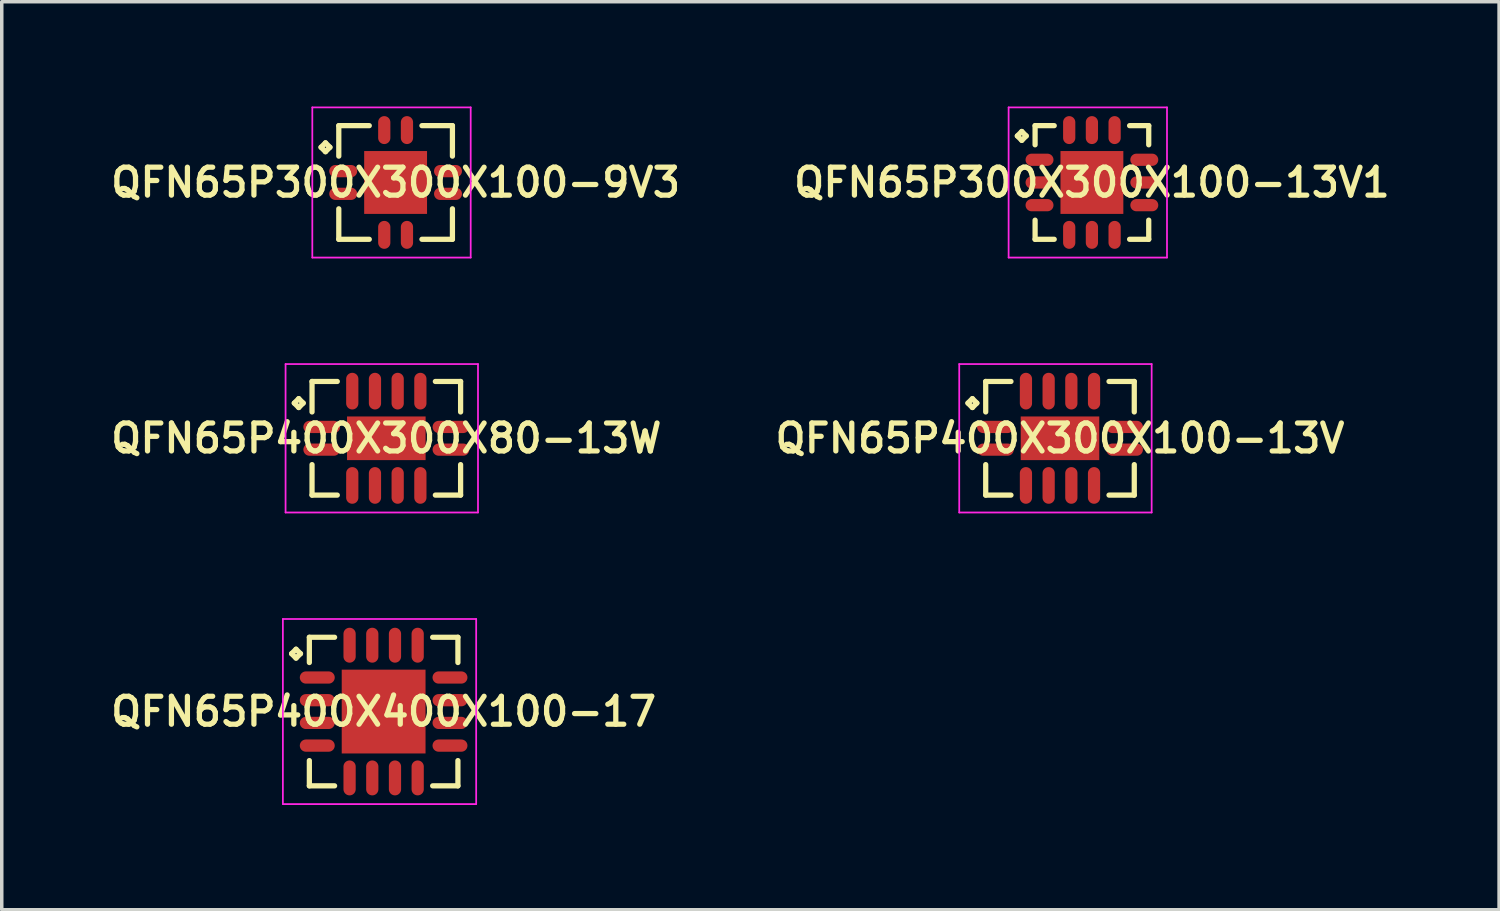
<source format=kicad_pcb>
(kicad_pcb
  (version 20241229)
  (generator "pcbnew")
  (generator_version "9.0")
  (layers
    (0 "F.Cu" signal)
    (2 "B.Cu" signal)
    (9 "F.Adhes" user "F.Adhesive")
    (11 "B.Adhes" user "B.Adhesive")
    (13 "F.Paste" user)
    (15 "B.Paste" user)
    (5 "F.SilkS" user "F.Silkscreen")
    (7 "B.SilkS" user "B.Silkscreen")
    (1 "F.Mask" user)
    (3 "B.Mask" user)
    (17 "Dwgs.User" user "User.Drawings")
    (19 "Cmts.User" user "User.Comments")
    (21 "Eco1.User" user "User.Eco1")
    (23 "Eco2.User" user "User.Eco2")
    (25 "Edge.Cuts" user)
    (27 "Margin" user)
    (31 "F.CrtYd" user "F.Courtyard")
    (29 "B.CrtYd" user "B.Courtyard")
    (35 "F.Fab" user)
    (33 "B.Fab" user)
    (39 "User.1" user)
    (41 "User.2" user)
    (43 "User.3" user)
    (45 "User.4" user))
  (footprint "QFN65P300X300X100-9V3"
    (layer "F.Cu")
    (at 8.278 2.175)
    (property "Reference" "QFN65P300X300X100-9V3" (at 0 0 0) (layer "F.SilkS") (effects (font (size 0.8 0.8) (thickness 0.15))))
    (attr smd)
    (fp_line (start -2.135 -1.008) (end -2.008 -1.135) (stroke (width 0.15) (type solid)) (layer "F.SilkS"))
    (fp_line (start -2.008 -1.135) (end -1.881 -1.008) (stroke (width 0.15) (type solid)) (layer "F.SilkS"))
    (fp_line (start -2.008 -0.881) (end -2.135 -1.008) (stroke (width 0.15) (type solid)) (layer "F.SilkS"))
    (fp_line (start -1.881 -1.008) (end -2.008 -0.881) (stroke (width 0.15) (type solid)) (layer "F.SilkS"))
    (fp_line (start -1.627 -1.627) (end -0.754 -1.627) (stroke (width 0.15) (type solid)) (layer "F.SilkS"))
    (fp_line (start -1.627 -0.754) (end -1.627 -1.627) (stroke (width 0.15) (type solid)) (layer "F.SilkS"))
    (fp_line (start -1.627 0.754) (end -1.627 1.627) (stroke (width 0.15) (type solid)) (layer "F.SilkS"))
    (fp_line (start -1.627 1.627) (end -0.754 1.627) (stroke (width 0.15) (type solid)) (layer "F.SilkS"))
    (fp_line (start 0.754 -1.627) (end 1.627 -1.627) (stroke (width 0.15) (type solid)) (layer "F.SilkS"))
    (fp_line (start 0.754 1.627) (end 1.627 1.627) (stroke (width 0.15) (type solid)) (layer "F.SilkS"))
    (fp_line (start 1.627 -1.627) (end 1.627 -0.754) (stroke (width 0.15) (type solid)) (layer "F.SilkS"))
    (fp_line (start 1.627 1.627) (end 1.627 0.754) (stroke (width 0.15) (type solid)) (layer "F.SilkS"))
    (fp_line (start -2.385 -2.15) (end 2.15 -2.15) (stroke (width 0.05) (type solid)) (layer "F.CrtYd"))
    (fp_line (start -2.385 2.15) (end -2.385 -2.15) (stroke (width 0.05) (type solid)) (layer "F.CrtYd"))
    (fp_line (start 2.15 -2.15) (end 2.15 2.15) (stroke (width 0.05) (type solid)) (layer "F.CrtYd"))
    (fp_line (start 2.15 2.15) (end -2.385 2.15) (stroke (width 0.05) (type solid)) (layer "F.CrtYd"))
    (pad "1" smd oval (at -1.5 -0.325) (size 0.8 0.35) (layers "F.Cu" "F.Mask" "F.Paste"))
    (pad "2" smd oval (at -1.5 0.325) (size 0.8 0.35) (layers "F.Cu" "F.Mask" "F.Paste"))
    (pad "3" smd oval (at -0.325 1.5) (size 0.35 0.8) (layers "F.Cu" "F.Mask" "F.Paste"))
    (pad "4" smd oval (at 0.325 1.5) (size 0.35 0.8) (layers "F.Cu" "F.Mask" "F.Paste"))
    (pad "5" smd oval (at 1.5 0.325) (size 0.8 0.35) (layers "F.Cu" "F.Mask" "F.Paste"))
    (pad "6" smd oval (at 1.5 -0.325) (size 0.8 0.35) (layers "F.Cu" "F.Mask" "F.Paste"))
    (pad "7" smd oval (at 0.325 -1.5) (size 0.35 0.8) (layers "F.Cu" "F.Mask" "F.Paste"))
    (pad "8" smd oval (at -0.325 -1.5) (size 0.35 0.8) (layers "F.Cu" "F.Mask" "F.Paste"))
    (pad "9" smd rect (at 0 0) (size 1.8 1.8) (layers "F.Cu" "F.Mask" "F.Paste")))
  (footprint "QFN65P400X400X100-17"
    (layer "F.Cu")
    (at 7.935 17.325)
    (property "Reference" "QFN65P400X400X100-17" (at 0 0 0) (layer "F.SilkS") (effects (font (size 0.8 0.8) (thickness 0.15))))
    (attr smd)
    (fp_line (start -2.635 -1.658) (end -2.508 -1.785) (stroke (width 0.15) (type solid)) (layer "F.SilkS"))
    (fp_line (start -2.508 -1.785) (end -2.381 -1.658) (stroke (width 0.15) (type solid)) (layer "F.SilkS"))
    (fp_line (start -2.508 -1.531) (end -2.635 -1.658) (stroke (width 0.15) (type solid)) (layer "F.SilkS"))
    (fp_line (start -2.381 -1.658) (end -2.508 -1.531) (stroke (width 0.15) (type solid)) (layer "F.SilkS"))
    (fp_line (start -2.127 -2.127) (end -1.404 -2.127) (stroke (width 0.15) (type solid)) (layer "F.SilkS"))
    (fp_line (start -2.127 -1.404) (end -2.127 -2.127) (stroke (width 0.15) (type solid)) (layer "F.SilkS"))
    (fp_line (start -2.127 1.404) (end -2.127 2.127) (stroke (width 0.15) (type solid)) (layer "F.SilkS"))
    (fp_line (start -2.127 2.127) (end -1.404 2.127) (stroke (width 0.15) (type solid)) (layer "F.SilkS"))
    (fp_line (start 1.404 -2.127) (end 2.127 -2.127) (stroke (width 0.15) (type solid)) (layer "F.SilkS"))
    (fp_line (start 1.404 2.127) (end 2.127 2.127) (stroke (width 0.15) (type solid)) (layer "F.SilkS"))
    (fp_line (start 2.127 -2.127) (end 2.127 -1.404) (stroke (width 0.15) (type solid)) (layer "F.SilkS"))
    (fp_line (start 2.127 2.127) (end 2.127 1.404) (stroke (width 0.15) (type solid)) (layer "F.SilkS"))
    (fp_line (start -2.885 -2.65) (end 2.65 -2.65) (stroke (width 0.05) (type solid)) (layer "F.CrtYd"))
    (fp_line (start -2.885 2.65) (end -2.885 -2.65) (stroke (width 0.05) (type solid)) (layer "F.CrtYd"))
    (fp_line (start 2.65 -2.65) (end 2.65 2.65) (stroke (width 0.05) (type solid)) (layer "F.CrtYd"))
    (fp_line (start 2.65 2.65) (end -2.885 2.65) (stroke (width 0.05) (type solid)) (layer "F.CrtYd"))
    (pad "1" smd oval (at -1.9 -0.975) (size 1 0.35) (layers "F.Cu" "F.Mask" "F.Paste"))
    (pad "2" smd oval (at -1.9 -0.325) (size 1 0.35) (layers "F.Cu" "F.Mask" "F.Paste"))
    (pad "3" smd oval (at -1.9 0.325) (size 1 0.35) (layers "F.Cu" "F.Mask" "F.Paste"))
    (pad "4" smd oval (at -1.9 0.975) (size 1 0.35) (layers "F.Cu" "F.Mask" "F.Paste"))
    (pad "5" smd oval (at -0.975 1.9) (size 0.35 1) (layers "F.Cu" "F.Mask" "F.Paste"))
    (pad "6" smd oval (at -0.325 1.9) (size 0.35 1) (layers "F.Cu" "F.Mask" "F.Paste"))
    (pad "7" smd oval (at 0.325 1.9) (size 0.35 1) (layers "F.Cu" "F.Mask" "F.Paste"))
    (pad "8" smd oval (at 0.975 1.9) (size 0.35 1) (layers "F.Cu" "F.Mask" "F.Paste"))
    (pad "9" smd oval (at 1.9 0.975) (size 1 0.35) (layers "F.Cu" "F.Mask" "F.Paste"))
    (pad "10" smd oval (at 1.9 0.325) (size 1 0.35) (layers "F.Cu" "F.Mask" "F.Paste"))
    (pad "11" smd oval (at 1.9 -0.325) (size 1 0.35) (layers "F.Cu" "F.Mask" "F.Paste"))
    (pad "12" smd oval (at 1.9 -0.975) (size 1 0.35) (layers "F.Cu" "F.Mask" "F.Paste"))
    (pad "13" smd oval (at 0.975 -1.9) (size 0.35 1) (layers "F.Cu" "F.Mask" "F.Paste"))
    (pad "14" smd oval (at 0.325 -1.9) (size 0.35 1) (layers "F.Cu" "F.Mask" "F.Paste"))
    (pad "15" smd oval (at -0.325 -1.9) (size 0.35 1) (layers "F.Cu" "F.Mask" "F.Paste"))
    (pad "16" smd oval (at -0.975 -1.9) (size 0.35 1) (layers "F.Cu" "F.Mask" "F.Paste"))
    (pad "17" smd rect (at 0 0) (size 2.4 2.4) (layers "F.Cu" "F.Mask" "F.Paste")))
  (footprint "QFN65P400X300X100-13V"
    (layer "F.Cu")
    (at 27.302 9.5)
    (property "Reference" "QFN65P400X300X100-13V" (at 0 0 0) (layer "F.SilkS") (effects (font (size 0.8 0.8) (thickness 0.15))))
    (attr smd)
    (fp_line (start -2.635 -1.008) (end -2.508 -1.135) (stroke (width 0.15) (type solid)) (layer "F.SilkS"))
    (fp_line (start -2.508 -1.135) (end -2.381 -1.008) (stroke (width 0.15) (type solid)) (layer "F.SilkS"))
    (fp_line (start -2.508 -0.881) (end -2.635 -1.008) (stroke (width 0.15) (type solid)) (layer "F.SilkS"))
    (fp_line (start -2.381 -1.008) (end -2.508 -0.881) (stroke (width 0.15) (type solid)) (layer "F.SilkS"))
    (fp_line (start -2.127 -1.627) (end -1.404 -1.627) (stroke (width 0.15) (type solid)) (layer "F.SilkS"))
    (fp_line (start -2.127 -0.754) (end -2.127 -1.627) (stroke (width 0.15) (type solid)) (layer "F.SilkS"))
    (fp_line (start -2.127 0.754) (end -2.127 1.627) (stroke (width 0.15) (type solid)) (layer "F.SilkS"))
    (fp_line (start -2.127 1.627) (end -1.404 1.627) (stroke (width 0.15) (type solid)) (layer "F.SilkS"))
    (fp_line (start 1.404 -1.627) (end 2.127 -1.627) (stroke (width 0.15) (type solid)) (layer "F.SilkS"))
    (fp_line (start 1.404 1.627) (end 2.127 1.627) (stroke (width 0.15) (type solid)) (layer "F.SilkS"))
    (fp_line (start 2.127 -1.627) (end 2.127 -0.754) (stroke (width 0.15) (type solid)) (layer "F.SilkS"))
    (fp_line (start 2.127 1.627) (end 2.127 0.754) (stroke (width 0.15) (type solid)) (layer "F.SilkS"))
    (fp_line (start -2.885 -2.125) (end 2.625 -2.125) (stroke (width 0.05) (type solid)) (layer "F.CrtYd"))
    (fp_line (start -2.885 2.125) (end -2.885 -2.125) (stroke (width 0.05) (type solid)) (layer "F.CrtYd"))
    (fp_line (start 2.625 -2.125) (end 2.625 2.125) (stroke (width 0.05) (type solid)) (layer "F.CrtYd"))
    (fp_line (start 2.625 2.125) (end -2.885 2.125) (stroke (width 0.05) (type solid)) (layer "F.CrtYd"))
    (pad "1" smd oval (at -1.85 -0.325) (size 1.05 0.35) (layers "F.Cu" "F.Mask" "F.Paste"))
    (pad "2" smd oval (at -1.85 0.325) (size 1.05 0.35) (layers "F.Cu" "F.Mask" "F.Paste"))
    (pad "3" smd oval (at -0.975 1.35) (size 0.35 1.05) (layers "F.Cu" "F.Mask" "F.Paste"))
    (pad "4" smd oval (at -0.325 1.35) (size 0.35 1.05) (layers "F.Cu" "F.Mask" "F.Paste"))
    (pad "5" smd oval (at 0.325 1.35) (size 0.35 1.05) (layers "F.Cu" "F.Mask" "F.Paste"))
    (pad "6" smd oval (at 0.975 1.35) (size 0.35 1.05) (layers "F.Cu" "F.Mask" "F.Paste"))
    (pad "7" smd oval (at 1.85 0.325) (size 1.05 0.35) (layers "F.Cu" "F.Mask" "F.Paste"))
    (pad "8" smd oval (at 1.85 -0.325) (size 1.05 0.35) (layers "F.Cu" "F.Mask" "F.Paste"))
    (pad "9" smd oval (at 0.975 -1.35) (size 0.35 1.05) (layers "F.Cu" "F.Mask" "F.Paste"))
    (pad "10" smd oval (at 0.325 -1.35) (size 0.35 1.05) (layers "F.Cu" "F.Mask" "F.Paste"))
    (pad "11" smd oval (at -0.325 -1.35) (size 0.35 1.05) (layers "F.Cu" "F.Mask" "F.Paste"))
    (pad "12" smd oval (at -0.975 -1.35) (size 0.35 1.05) (layers "F.Cu" "F.Mask" "F.Paste"))
    (pad "13" smd rect (at 0 0) (size 2.25 1.25) (layers "F.Cu" "F.Mask" "F.Paste")))
  (footprint "QFN65P400X300X80-13W"
    (layer "F.Cu")
    (at 8.012 9.5)
    (property "Reference" "QFN65P400X300X80-13W" (at 0 0 0) (layer "F.SilkS") (effects (font (size 0.8 0.8) (thickness 0.15))))
    (attr smd)
    (fp_line (start -2.635 -1.008) (end -2.508 -1.135) (stroke (width 0.15) (type solid)) (layer "F.SilkS"))
    (fp_line (start -2.508 -1.135) (end -2.381 -1.008) (stroke (width 0.15) (type solid)) (layer "F.SilkS"))
    (fp_line (start -2.508 -0.881) (end -2.635 -1.008) (stroke (width 0.15) (type solid)) (layer "F.SilkS"))
    (fp_line (start -2.381 -1.008) (end -2.508 -0.881) (stroke (width 0.15) (type solid)) (layer "F.SilkS"))
    (fp_line (start -2.127 -1.627) (end -1.404 -1.627) (stroke (width 0.15) (type solid)) (layer "F.SilkS"))
    (fp_line (start -2.127 -0.754) (end -2.127 -1.627) (stroke (width 0.15) (type solid)) (layer "F.SilkS"))
    (fp_line (start -2.127 0.754) (end -2.127 1.627) (stroke (width 0.15) (type solid)) (layer "F.SilkS"))
    (fp_line (start -2.127 1.627) (end -1.404 1.627) (stroke (width 0.15) (type solid)) (layer "F.SilkS"))
    (fp_line (start 1.404 -1.627) (end 2.127 -1.627) (stroke (width 0.15) (type solid)) (layer "F.SilkS"))
    (fp_line (start 1.404 1.627) (end 2.127 1.627) (stroke (width 0.15) (type solid)) (layer "F.SilkS"))
    (fp_line (start 2.127 -1.627) (end 2.127 -0.754) (stroke (width 0.15) (type solid)) (layer "F.SilkS"))
    (fp_line (start 2.127 1.627) (end 2.127 0.754) (stroke (width 0.15) (type solid)) (layer "F.SilkS"))
    (fp_line (start -2.885 -2.125) (end 2.625 -2.125) (stroke (width 0.05) (type solid)) (layer "F.CrtYd"))
    (fp_line (start -2.885 2.125) (end -2.885 -2.125) (stroke (width 0.05) (type solid)) (layer "F.CrtYd"))
    (fp_line (start 2.625 -2.125) (end 2.625 2.125) (stroke (width 0.05) (type solid)) (layer "F.CrtYd"))
    (fp_line (start 2.625 2.125) (end -2.885 2.125) (stroke (width 0.05) (type solid)) (layer "F.CrtYd"))
    (pad "1" smd oval (at -1.85 -0.325) (size 1.05 0.35) (layers "F.Cu" "F.Mask" "F.Paste"))
    (pad "2" smd oval (at -1.85 0.325) (size 1.05 0.35) (layers "F.Cu" "F.Mask" "F.Paste"))
    (pad "3" smd oval (at -0.975 1.35) (size 0.35 1.05) (layers "F.Cu" "F.Mask" "F.Paste"))
    (pad "4" smd oval (at -0.325 1.35) (size 0.35 1.05) (layers "F.Cu" "F.Mask" "F.Paste"))
    (pad "5" smd oval (at 0.325 1.35) (size 0.35 1.05) (layers "F.Cu" "F.Mask" "F.Paste"))
    (pad "6" smd oval (at 0.975 1.35) (size 0.35 1.05) (layers "F.Cu" "F.Mask" "F.Paste"))
    (pad "7" smd oval (at 1.85 0.325) (size 1.05 0.35) (layers "F.Cu" "F.Mask" "F.Paste"))
    (pad "8" smd oval (at 1.85 -0.325) (size 1.05 0.35) (layers "F.Cu" "F.Mask" "F.Paste"))
    (pad "9" smd oval (at 0.975 -1.35) (size 0.35 1.05) (layers "F.Cu" "F.Mask" "F.Paste"))
    (pad "10" smd oval (at 0.325 -1.35) (size 0.35 1.05) (layers "F.Cu" "F.Mask" "F.Paste"))
    (pad "11" smd oval (at -0.325 -1.35) (size 0.35 1.05) (layers "F.Cu" "F.Mask" "F.Paste"))
    (pad "12" smd oval (at -0.975 -1.35) (size 0.35 1.05) (layers "F.Cu" "F.Mask" "F.Paste"))
    (pad "13" smd rect (at 0 0) (size 2.25 1.25) (layers "F.Cu" "F.Mask" "F.Paste")))
  (footprint "QFN65P300X300X100-13V1"
    (layer "F.Cu")
    (at 28.216 2.175)
    (property "Reference" "QFN65P300X300X100-13V1" (at 0 0 0) (layer "F.SilkS") (effects (font (size 0.8 0.8) (thickness 0.15))))
    (attr smd)
    (fp_line (start -2.135 -1.333) (end -2.008 -1.46) (stroke (width 0.15) (type solid)) (layer "F.SilkS"))
    (fp_line (start -2.008 -1.46) (end -1.881 -1.333) (stroke (width 0.15) (type solid)) (layer "F.SilkS"))
    (fp_line (start -2.008 -1.206) (end -2.135 -1.333) (stroke (width 0.15) (type solid)) (layer "F.SilkS"))
    (fp_line (start -1.881 -1.333) (end -2.008 -1.206) (stroke (width 0.15) (type solid)) (layer "F.SilkS"))
    (fp_line (start -1.627 -1.627) (end -1.079 -1.627) (stroke (width 0.15) (type solid)) (layer "F.SilkS"))
    (fp_line (start -1.627 -1.079) (end -1.627 -1.627) (stroke (width 0.15) (type solid)) (layer "F.SilkS"))
    (fp_line (start -1.627 1.079) (end -1.627 1.627) (stroke (width 0.15) (type solid)) (layer "F.SilkS"))
    (fp_line (start -1.627 1.627) (end -1.079 1.627) (stroke (width 0.15) (type solid)) (layer "F.SilkS"))
    (fp_line (start 1.079 -1.627) (end 1.627 -1.627) (stroke (width 0.15) (type solid)) (layer "F.SilkS"))
    (fp_line (start 1.079 1.627) (end 1.627 1.627) (stroke (width 0.15) (type solid)) (layer "F.SilkS"))
    (fp_line (start 1.627 -1.627) (end 1.627 -1.079) (stroke (width 0.15) (type solid)) (layer "F.SilkS"))
    (fp_line (start 1.627 1.627) (end 1.627 1.079) (stroke (width 0.15) (type solid)) (layer "F.SilkS"))
    (fp_line (start -2.385 -2.15) (end 2.15 -2.15) (stroke (width 0.05) (type solid)) (layer "F.CrtYd"))
    (fp_line (start -2.385 2.15) (end -2.385 -2.15) (stroke (width 0.05) (type solid)) (layer "F.CrtYd"))
    (fp_line (start 2.15 -2.15) (end 2.15 2.15) (stroke (width 0.05) (type solid)) (layer "F.CrtYd"))
    (fp_line (start 2.15 2.15) (end -2.385 2.15) (stroke (width 0.05) (type solid)) (layer "F.CrtYd"))
    (pad "1" smd oval (at -1.5 -0.65) (size 0.8 0.35) (layers "F.Cu" "F.Mask" "F.Paste"))
    (pad "2" smd oval (at -1.5 0) (size 0.8 0.35) (layers "F.Cu" "F.Mask" "F.Paste"))
    (pad "3" smd oval (at -1.5 0.65) (size 0.8 0.35) (layers "F.Cu" "F.Mask" "F.Paste"))
    (pad "4" smd oval (at -0.65 1.5) (size 0.35 0.8) (layers "F.Cu" "F.Mask" "F.Paste"))
    (pad "5" smd oval (at 0 1.5) (size 0.35 0.8) (layers "F.Cu" "F.Mask" "F.Paste"))
    (pad "6" smd oval (at 0.65 1.5) (size 0.35 0.8) (layers "F.Cu" "F.Mask" "F.Paste"))
    (pad "7" smd oval (at 1.5 0.65) (size 0.8 0.35) (layers "F.Cu" "F.Mask" "F.Paste"))
    (pad "8" smd oval (at 1.5 0) (size 0.8 0.35) (layers "F.Cu" "F.Mask" "F.Paste"))
    (pad "9" smd oval (at 1.5 -0.65) (size 0.8 0.35) (layers "F.Cu" "F.Mask" "F.Paste"))
    (pad "10" smd oval (at 0.65 -1.5) (size 0.35 0.8) (layers "F.Cu" "F.Mask" "F.Paste"))
    (pad "11" smd oval (at 0 -1.5) (size 0.35 0.8) (layers "F.Cu" "F.Mask" "F.Paste"))
    (pad "12" smd oval (at -0.65 -1.5) (size 0.35 0.8) (layers "F.Cu" "F.Mask" "F.Paste"))
    (pad "13" smd rect (at 0 0) (size 1.8 1.8) (layers "F.Cu" "F.Mask" "F.Paste")))
  (gr_rect
    (start -3 -3)
    (end 39.875 23)
    (stroke (width 0.1) (type default))
    (fill no)
    (layer "Edge.Cuts")))
</source>
